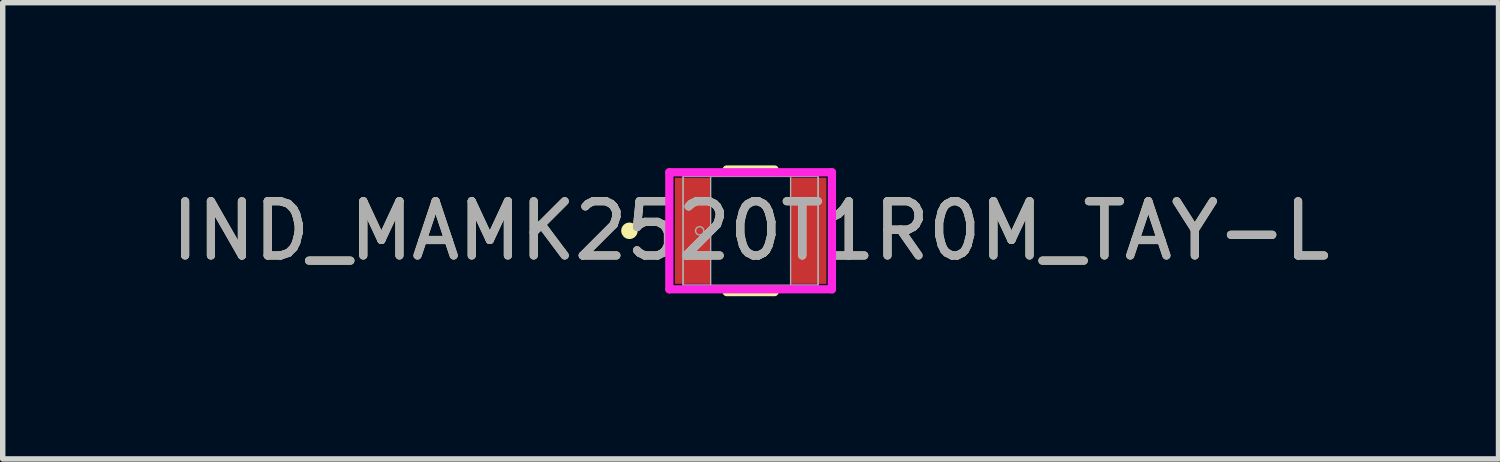
<source format=kicad_pcb>
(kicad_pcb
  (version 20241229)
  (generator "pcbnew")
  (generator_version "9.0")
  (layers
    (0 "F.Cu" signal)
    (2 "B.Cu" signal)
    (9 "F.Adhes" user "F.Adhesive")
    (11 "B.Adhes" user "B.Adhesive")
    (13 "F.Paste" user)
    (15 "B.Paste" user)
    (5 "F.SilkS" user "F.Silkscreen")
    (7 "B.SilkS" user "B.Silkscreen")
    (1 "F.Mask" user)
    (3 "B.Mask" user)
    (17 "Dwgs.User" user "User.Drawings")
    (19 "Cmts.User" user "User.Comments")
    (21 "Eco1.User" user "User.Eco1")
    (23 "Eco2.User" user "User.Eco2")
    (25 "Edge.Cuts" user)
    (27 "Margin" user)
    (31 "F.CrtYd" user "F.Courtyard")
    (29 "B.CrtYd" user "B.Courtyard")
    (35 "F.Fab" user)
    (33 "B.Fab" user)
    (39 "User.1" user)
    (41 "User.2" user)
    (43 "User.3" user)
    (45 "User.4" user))
  (footprint "IND_MAMK2520T1R0M_TAY-L"
    (layer "F.Cu")
    (at 10.792 1.206)
    (property "Reference" "IND_MAMK2520T1R0M_TAY-L" (at 0 0 0) (unlocked yes) (layer "F.SilkS") (effects (font (size 1 1) (thickness 0.15))))
    (attr smd)
    (fp_line (start -0.441 1.13) (end 0.441 1.13) (stroke (width 0.152) (type solid)) (layer "F.SilkS"))
    (fp_line (start 0.441 -1.13) (end -0.441 -1.13) (stroke (width 0.152) (type solid)) (layer "F.SilkS"))
    (fp_circle (center -2.235 0) (end -2.159 0) (stroke (width 0.152) (type solid)) (fill no) (layer "F.SilkS"))
    (fp_line (start -1.499 -1.079) (end 1.499 -1.079) (stroke (width 0.152) (type solid)) (layer "F.CrtYd"))
    (fp_line (start -1.499 1.079) (end -1.499 -1.079) (stroke (width 0.152) (type solid)) (layer "F.CrtYd"))
    (fp_line (start 1.499 -1.079) (end 1.499 1.079) (stroke (width 0.152) (type solid)) (layer "F.CrtYd"))
    (fp_line (start 1.499 1.079) (end -1.499 1.079) (stroke (width 0.152) (type solid)) (layer "F.CrtYd"))
    (fp_line (start -1.245 -1.003) (end -1.245 1.003) (stroke (width 0.025) (type solid)) (layer "F.Fab"))
    (fp_line (start -1.245 -1.003) (end -1.245 1.003) (stroke (width 0.025) (type solid)) (layer "F.Fab"))
    (fp_line (start -1.245 1.003) (end -0.737 1.003) (stroke (width 0.025) (type solid)) (layer "F.Fab"))
    (fp_line (start -1.245 1.003) (end 1.245 1.003) (stroke (width 0.025) (type solid)) (layer "F.Fab"))
    (fp_line (start -0.737 -1.003) (end -1.245 -1.003) (stroke (width 0.025) (type solid)) (layer "F.Fab"))
    (fp_line (start -0.737 1.003) (end -0.737 -1.003) (stroke (width 0.025) (type solid)) (layer "F.Fab"))
    (fp_line (start 0.737 -1.003) (end 0.737 1.003) (stroke (width 0.025) (type solid)) (layer "F.Fab"))
    (fp_line (start 0.737 1.003) (end 1.245 1.003) (stroke (width 0.025) (type solid)) (layer "F.Fab"))
    (fp_line (start 1.245 -1.003) (end -1.245 -1.003) (stroke (width 0.025) (type solid)) (layer "F.Fab"))
    (fp_line (start 1.245 -1.003) (end 0.737 -1.003) (stroke (width 0.025) (type solid)) (layer "F.Fab"))
    (fp_line (start 1.245 1.003) (end 1.245 -1.003) (stroke (width 0.025) (type solid)) (layer "F.Fab"))
    (fp_line (start 1.245 1.003) (end 1.245 -1.003) (stroke (width 0.025) (type solid)) (layer "F.Fab"))
    (fp_circle (center -0.94 0) (end -0.864 0) (stroke (width 0.025) (type solid)) (fill no) (layer "F.Fab"))
    (fp_text user "${REFERENCE}" (at 0 0 0) (unlocked yes) (layer "F.Fab") (effects (font (size 1 1) (thickness 0.15))))
    (pad "1" smd rect (at -1.067 0) (size 0.66 1.956) (layers "F.Cu" "F.Mask" "F.Paste"))
    (pad "2" smd rect (at 1.067 0) (size 0.66 1.956) (layers "F.Cu" "F.Mask" "F.Paste"))
    (zone (net_name "") (layer "F.Cu") (hatch full 0.508) (connect_pads) (min_thickness 0.254) (filled_areas_thickness no) (keepout (tracks not_allowed) (vias not_allowed) (pads allowed) (copperpour not_allowed) (footprints allowed)) (placement (enabled no)) (fill) (polygon (pts (xy 10.106 0.254) (xy 11.477 0.254) (xy 11.477 2.159) (xy 10.106 2.159)))))
  (gr_rect
    (start -3 -3)
    (end 24.583 5.413)
    (stroke (width 0.1) (type default))
    (fill no)
    (layer "Edge.Cuts")))
</source>
